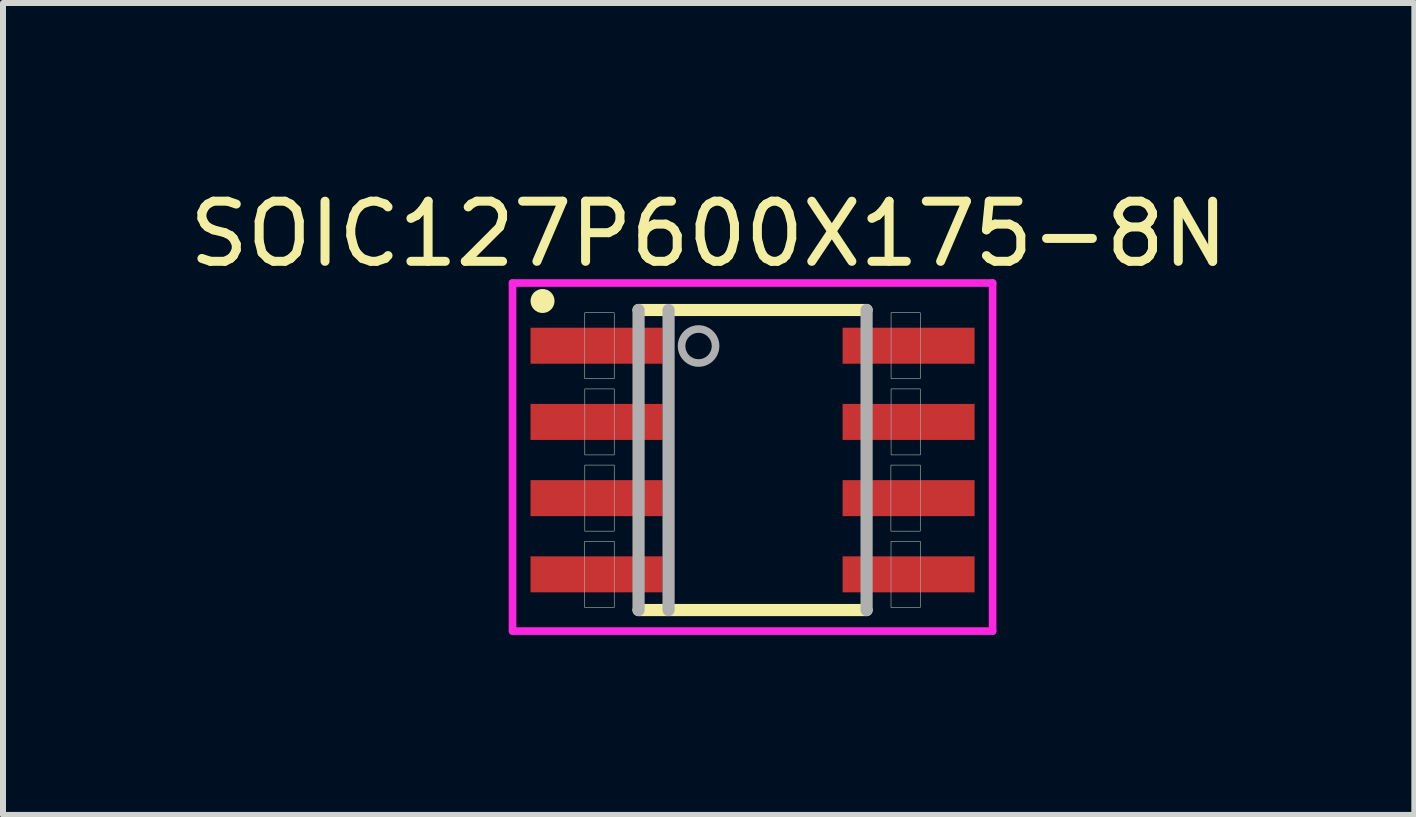
<source format=kicad_pcb>
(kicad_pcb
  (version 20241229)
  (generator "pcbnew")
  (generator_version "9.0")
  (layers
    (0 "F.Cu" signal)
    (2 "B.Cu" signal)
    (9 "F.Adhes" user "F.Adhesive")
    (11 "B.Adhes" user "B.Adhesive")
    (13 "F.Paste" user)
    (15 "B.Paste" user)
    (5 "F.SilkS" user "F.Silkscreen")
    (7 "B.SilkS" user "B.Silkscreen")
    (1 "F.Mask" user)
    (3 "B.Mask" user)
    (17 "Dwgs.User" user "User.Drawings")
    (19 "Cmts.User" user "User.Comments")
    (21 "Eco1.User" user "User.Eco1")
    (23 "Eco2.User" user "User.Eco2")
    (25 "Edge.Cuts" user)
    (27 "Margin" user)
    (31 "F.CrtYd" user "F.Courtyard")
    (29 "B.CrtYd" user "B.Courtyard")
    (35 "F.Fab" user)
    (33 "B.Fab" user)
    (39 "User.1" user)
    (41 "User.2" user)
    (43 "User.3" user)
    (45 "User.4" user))
  (footprint "SOIC127P600X175-8N"
    (layer "F.Cu")
    (at 9.491 4.616)
    (property "Reference" "SOIC127P600X175-8N" (at -0.731 -3.767 0) (layer "F.SilkS") (effects (font (size 1.002 1.002) (thickness 0.15))))
    (attr through_hole)
    (fp_line (start -1.9 -2.5) (end 1.9 -2.5) (stroke (width 0.203) (type solid)) (layer "F.SilkS"))
    (fp_line (start 1.9 2.5) (end -1.9 2.5) (stroke (width 0.203) (type solid)) (layer "F.SilkS"))
    (fp_circle (center -3.5 -2.65) (end -3.3 -2.65) (stroke (width 0) (type solid)) (fill yes) (layer "F.SilkS"))
    (fp_line (start -4 -2.95) (end 4 -2.95) (stroke (width 0.127) (type solid)) (layer "F.CrtYd"))
    (fp_line (start -4 2.85) (end -4 -2.95) (stroke (width 0.127) (type solid)) (layer "F.CrtYd"))
    (fp_line (start 4 -2.95) (end 4 2.85) (stroke (width 0.127) (type solid)) (layer "F.CrtYd"))
    (fp_line (start 4 2.85) (end -4 2.85) (stroke (width 0.127) (type solid)) (layer "F.CrtYd"))
    (fp_line (start -1.9 2.5) (end -1.9 -2.5) (stroke (width 0.203) (type solid)) (layer "F.Fab"))
    (fp_line (start -1.4 2.5) (end -1.4 -2.5) (stroke (width 0.203) (type solid)) (layer "F.Fab"))
    (fp_line (start 1.9 -2.5) (end 1.9 2.5) (stroke (width 0.203) (type solid)) (layer "F.Fab"))
    (fp_circle (center -0.9 -1.9) (end -0.617 -1.9) (stroke (width 0.127) (type solid)) (fill no) (layer "F.Fab"))
    (fp_poly (pts (xy -2.798 1.355) (xy -2.305 1.355) (xy -2.305 2.458) (xy -2.798 2.458)) (stroke (width 0.01) (type solid)) (fill no) (layer "F.Fab"))
    (fp_poly (pts (xy -2.797 -2.455) (xy -2.305 -2.455) (xy -2.305 -1.356) (xy -2.797 -1.356)) (stroke (width 0.01) (type solid)) (fill no) (layer "F.Fab"))
    (fp_poly (pts (xy -2.796 -1.185) (xy -2.305 -1.185) (xy -2.305 -0.085) (xy -2.796 -0.085)) (stroke (width 0.01) (type solid)) (fill no) (layer "F.Fab"))
    (fp_poly (pts (xy -2.796 0.085) (xy -2.305 0.085) (xy -2.305 1.185) (xy -2.796 1.185)) (stroke (width 0.01) (type solid)) (fill no) (layer "F.Fab"))
    (fp_poly (pts (xy 2.305 0.085) (xy 2.795 0.085) (xy 2.795 1.185) (xy 2.305 1.185)) (stroke (width 0.01) (type solid)) (fill no) (layer "F.Fab"))
    (fp_poly (pts (xy 2.307 1.355) (xy 2.795 1.355) (xy 2.795 2.457) (xy 2.307 2.457)) (stroke (width 0.01) (type solid)) (fill no) (layer "F.Fab"))
    (fp_poly (pts (xy 2.308 -2.455) (xy 2.795 -2.455) (xy 2.795 -1.357) (xy 2.308 -1.357)) (stroke (width 0.01) (type solid)) (fill no) (layer "F.Fab"))
    (fp_poly (pts (xy 2.308 -1.185) (xy 2.795 -1.185) (xy 2.795 -0.085) (xy 2.308 -0.085)) (stroke (width 0.01) (type solid)) (fill no) (layer "F.Fab"))
    (pad "1" smd rect (at -2.6 -1.905) (size 2.2 0.6) (layers "F.Cu" "F.Mask" "F.Paste"))
    (pad "2" smd rect (at -2.6 -0.635) (size 2.2 0.6) (layers "F.Cu" "F.Mask" "F.Paste"))
    (pad "3" smd rect (at -2.6 0.635) (size 2.2 0.6) (layers "F.Cu" "F.Mask" "F.Paste"))
    (pad "4" smd rect (at -2.6 1.905) (size 2.2 0.6) (layers "F.Cu" "F.Mask" "F.Paste"))
    (pad "5" smd rect (at 2.6 1.905) (size 2.2 0.6) (layers "F.Cu" "F.Mask" "F.Paste"))
    (pad "6" smd rect (at 2.6 0.635) (size 2.2 0.6) (layers "F.Cu" "F.Mask" "F.Paste"))
    (pad "7" smd rect (at 2.6 -0.635) (size 2.2 0.6) (layers "F.Cu" "F.Mask" "F.Paste"))
    (pad "8" smd rect (at 2.6 -1.905) (size 2.2 0.6) (layers "F.Cu" "F.Mask" "F.Paste")))
  (gr_rect
    (start -3 -3)
    (end 20.519 10.53)
    (stroke (width 0.1) (type default))
    (fill no)
    (layer "Edge.Cuts")))
</source>
